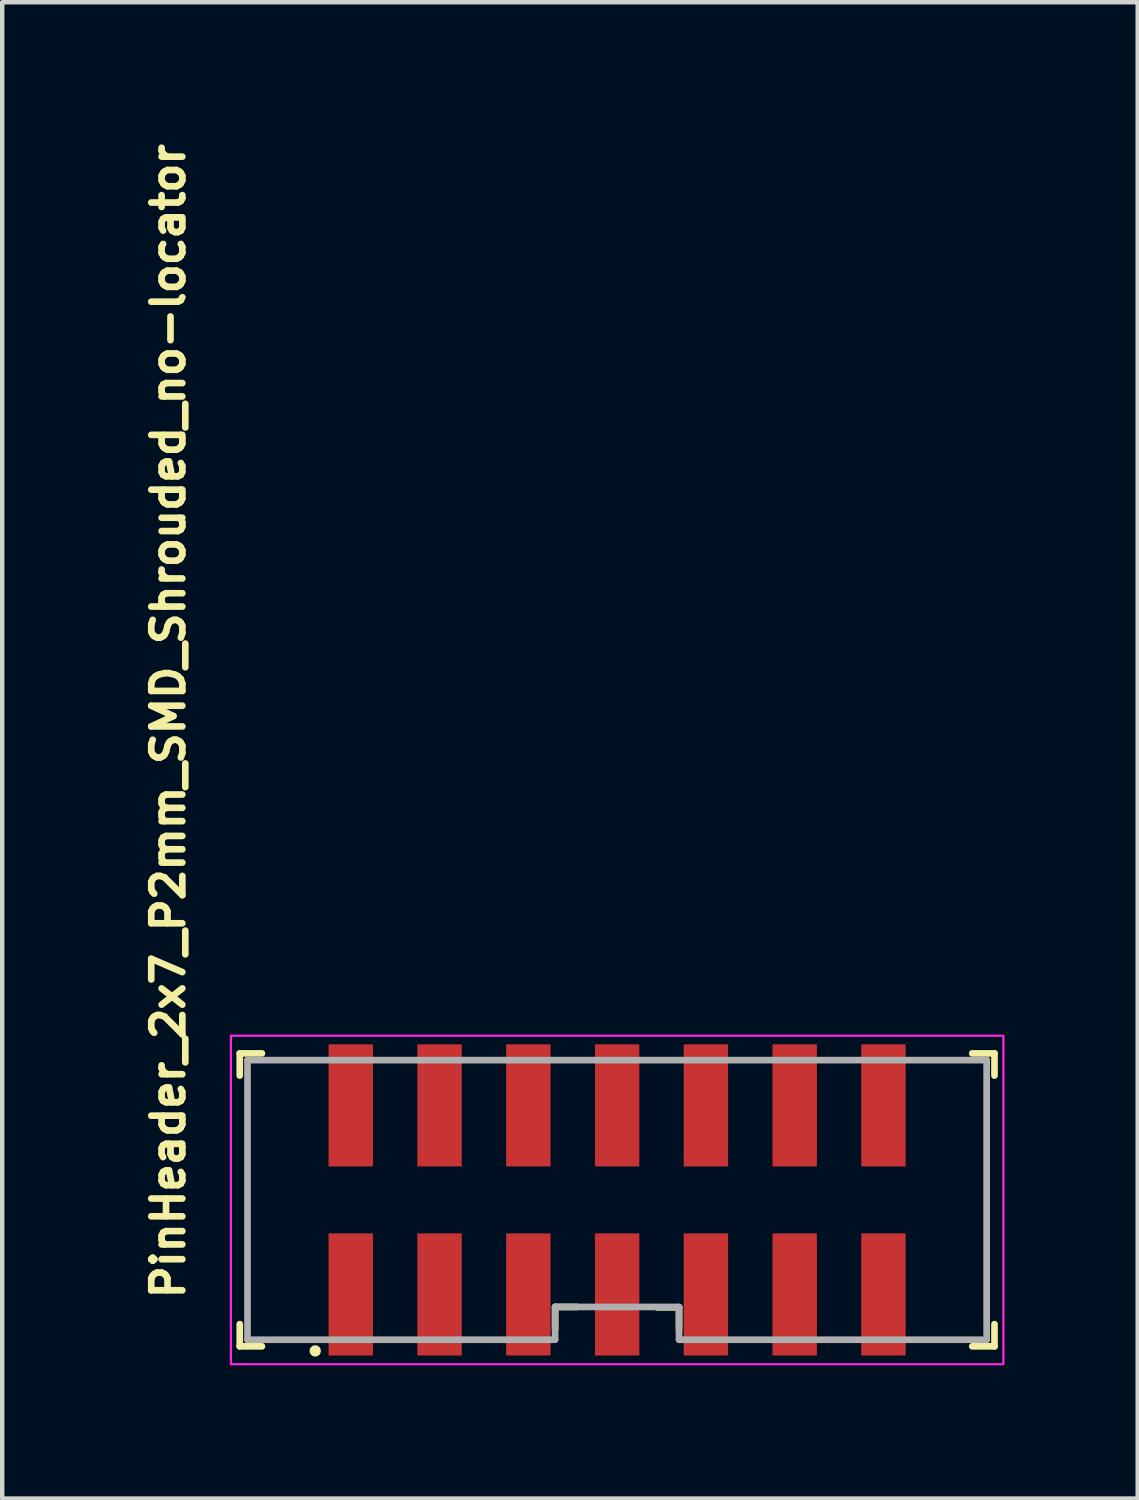
<source format=kicad_pcb>
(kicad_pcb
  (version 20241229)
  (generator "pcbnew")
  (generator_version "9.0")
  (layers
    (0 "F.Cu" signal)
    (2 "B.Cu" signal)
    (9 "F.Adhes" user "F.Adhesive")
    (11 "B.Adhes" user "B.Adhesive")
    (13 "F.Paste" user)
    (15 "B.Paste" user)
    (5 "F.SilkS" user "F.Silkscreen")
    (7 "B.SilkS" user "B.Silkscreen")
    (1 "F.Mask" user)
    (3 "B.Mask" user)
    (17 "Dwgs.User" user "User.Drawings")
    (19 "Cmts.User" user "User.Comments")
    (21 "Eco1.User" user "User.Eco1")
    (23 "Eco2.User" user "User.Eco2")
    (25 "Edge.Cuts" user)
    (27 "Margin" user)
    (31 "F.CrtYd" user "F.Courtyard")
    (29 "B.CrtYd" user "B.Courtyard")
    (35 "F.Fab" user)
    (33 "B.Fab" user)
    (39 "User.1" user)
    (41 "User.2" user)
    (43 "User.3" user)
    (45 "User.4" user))
  (footprint "PinHeader_2x7_P2mm_SMD_Shrouded_no-locator"
    (layer "F.Cu")
    (at 10.85 23.977)
    (property "Reference" "PinHeader_2x7_P2mm_SMD_Shrouded_no-locator" (at -9.7 2.3 90) (layer "F.SilkS") (effects (font (size 0.7 0.7) (thickness 0.15)) (justify left bottom)))
    (attr exclude_from_pos_files exclude_from_bom)
    (fp_line (start -8.5 -3.301) (end -8.5 -2.801) (stroke (width 0.15) (type solid)) (layer "F.SilkS"))
    (fp_line (start -8.5 -3.301) (end -8 -3.301) (stroke (width 0.15) (type solid)) (layer "F.SilkS"))
    (fp_line (start -8.5 3.297) (end -8.5 2.797) (stroke (width 0.15) (type solid)) (layer "F.SilkS"))
    (fp_line (start -8.5 3.297) (end -8 3.297) (stroke (width 0.15) (type solid)) (layer "F.SilkS"))
    (fp_line (start -1.397 2.41) (end -1.397 2.91) (stroke (width 0.15) (type solid)) (layer "F.SilkS"))
    (fp_line (start -1.397 2.41) (end -0.9 2.41) (stroke (width 0.15) (type solid)) (layer "F.SilkS"))
    (fp_line (start 1.394 2.418) (end 0.897 2.418) (stroke (width 0.15) (type solid)) (layer "F.SilkS"))
    (fp_line (start 1.394 2.418) (end 1.394 2.918) (stroke (width 0.15) (type solid)) (layer "F.SilkS"))
    (fp_line (start 8.499 -3.301) (end 7.998 -3.301) (stroke (width 0.15) (type solid)) (layer "F.SilkS"))
    (fp_line (start 8.499 -3.301) (end 8.499 -2.801) (stroke (width 0.15) (type solid)) (layer "F.SilkS"))
    (fp_line (start 8.499 3.297) (end 7.998 3.297) (stroke (width 0.15) (type solid)) (layer "F.SilkS"))
    (fp_line (start 8.499 3.297) (end 8.499 2.797) (stroke (width 0.15) (type solid)) (layer "F.SilkS"))
    (fp_circle (center -6.8 3.4) (end -6.748 3.4) (stroke (width 0.15) (type solid)) (fill yes) (layer "F.SilkS"))
    (fp_rect (start -8.7 -3.7) (end 8.7 3.7) (stroke (width 0.05) (type solid)) (fill no) (layer "F.CrtYd"))
    (fp_line (start -8.325 -3.15) (end 8.323 -3.15) (stroke (width 0.15) (type solid)) (layer "F.Fab"))
    (fp_line (start -8.325 3.148) (end -8.325 -3.15) (stroke (width 0.15) (type solid)) (layer "F.Fab"))
    (fp_line (start -8.325 3.148) (end -1.397 3.148) (stroke (width 0.15) (type solid)) (layer "F.Fab"))
    (fp_line (start -1.397 2.41) (end -1.397 3.14) (stroke (width 0.15) (type solid)) (layer "F.Fab"))
    (fp_line (start -1.397 2.41) (end 1.394 2.41) (stroke (width 0.15) (type solid)) (layer "F.Fab"))
    (fp_line (start 1.394 2.41) (end 1.394 3.14) (stroke (width 0.15) (type solid)) (layer "F.Fab"))
    (fp_line (start 1.394 3.148) (end 8.323 3.148) (stroke (width 0.15) (type solid)) (layer "F.Fab"))
    (fp_line (start 8.323 3.148) (end 8.323 -3.15) (stroke (width 0.15) (type solid)) (layer "F.Fab"))
    (fp_rect (start -8.325 -3.15) (end 8.323 3.148) (stroke (width 0.1) (type solid)) (fill no) (layer "User.5"))
    (fp_line (start -8.325 -3.15) (end -8.325 -0.75) (stroke (width 0.02) (type solid)) (layer "User.9"))
    (fp_line (start -8.325 -0.75) (end -8.026 -0.75) (stroke (width 0.02) (type solid)) (layer "User.9"))
    (fp_line (start -8.325 -0.15) (end -8.325 -0.75) (stroke (width 0.02) (type solid)) (layer "User.9"))
    (fp_line (start -8.325 -0.15) (end -7.425 -0.15) (stroke (width 0.02) (type solid)) (layer "User.9"))
    (fp_line (start -8.325 1.148) (end -8.325 -0.15) (stroke (width 0.02) (type solid)) (layer "User.9"))
    (fp_line (start -8.325 1.749) (end -8.325 1.148) (stroke (width 0.02) (type solid)) (layer "User.9"))
    (fp_line (start -8.325 1.749) (end -8.325 3.148) (stroke (width 0.02) (type solid)) (layer "User.9"))
    (fp_line (start -8.026 -2.851) (end 8.025 -2.851) (stroke (width 0.02) (type solid)) (layer "User.9"))
    (fp_line (start -8.026 -0.75) (end -8.026 -2.851) (stroke (width 0.02) (type solid)) (layer "User.9"))
    (fp_line (start -8.026 1.749) (end -8.325 1.749) (stroke (width 0.02) (type solid)) (layer "User.9"))
    (fp_line (start -8.026 2.85) (end -8.026 1.749) (stroke (width 0.02) (type solid)) (layer "User.9"))
    (fp_line (start -7.425 -2.25) (end -8.026 -2.851) (stroke (width 0.02) (type solid)) (layer "User.9"))
    (fp_line (start -7.425 -2.25) (end -7.026 -2.25) (stroke (width 0.02) (type solid)) (layer "User.9"))
    (fp_line (start -7.425 -0.15) (end -8.026 -0.75) (stroke (width 0.02) (type solid)) (layer "User.9"))
    (fp_line (start -7.425 -0.15) (end -7.425 -2.25) (stroke (width 0.02) (type solid)) (layer "User.9"))
    (fp_line (start -7.425 1.148) (end -8.325 1.148) (stroke (width 0.02) (type solid)) (layer "User.9"))
    (fp_line (start -7.425 1.148) (end -8.026 1.749) (stroke (width 0.02) (type solid)) (layer "User.9"))
    (fp_line (start -7.425 2.249) (end -8.026 2.85) (stroke (width 0.02) (type solid)) (layer "User.9"))
    (fp_line (start -7.425 2.249) (end -7.425 1.148) (stroke (width 0.02) (type solid)) (layer "User.9"))
    (fp_line (start -7.026 -2.5) (end -6.396 -2.5) (stroke (width 0.02) (type solid)) (layer "User.9"))
    (fp_line (start -7.026 -2.25) (end -7.026 -2.5) (stroke (width 0.02) (type solid)) (layer "User.9"))
    (fp_line (start -7.026 2.249) (end -7.425 2.249) (stroke (width 0.02) (type solid)) (layer "User.9"))
    (fp_line (start -7.026 2.249) (end -7.026 2.499) (stroke (width 0.02) (type solid)) (layer "User.9"))
    (fp_line (start -7.026 2.499) (end -1.339 2.499) (stroke (width 0.02) (type solid)) (layer "User.9"))
    (fp_line (start -6.396 -2.5) (end -6.396 -2.25) (stroke (width 0.02) (type solid)) (layer "User.9"))
    (fp_line (start -6.396 -2.25) (end -5.595 -2.25) (stroke (width 0.02) (type solid)) (layer "User.9"))
    (fp_line (start -6.327 3.048) (end -5.327 3.048) (stroke (width 0.02) (type solid)) (layer "User.9"))
    (fp_line (start -6.327 3.148) (end -8.325 3.148) (stroke (width 0.02) (type solid)) (layer "User.9"))
    (fp_line (start -6.327 3.148) (end -6.327 3.048) (stroke (width 0.02) (type solid)) (layer "User.9"))
    (fp_line (start -6.327 3.148) (end -5.827 3.148) (stroke (width 0.02) (type solid)) (layer "User.9"))
    (fp_line (start -6.25 -0.75) (end -6.25 -1.25) (stroke (width 0.02) (type solid)) (layer "User.9"))
    (fp_line (start -6.25 1.249) (end -6.25 0.748) (stroke (width 0.02) (type solid)) (layer "User.9"))
    (fp_line (start -6.101 -1.101) (end -6.25 -1.25) (stroke (width 0.02) (type solid)) (layer "User.9"))
    (fp_line (start -6.101 -0.902) (end -6.25 -0.75) (stroke (width 0.02) (type solid)) (layer "User.9"))
    (fp_line (start -6.101 -0.902) (end -6.101 -1.101) (stroke (width 0.02) (type solid)) (layer "User.9"))
    (fp_line (start -6.101 0.9) (end -6.25 0.748) (stroke (width 0.02) (type solid)) (layer "User.9"))
    (fp_line (start -6.101 1.1) (end -6.25 1.249) (stroke (width 0.02) (type solid)) (layer "User.9"))
    (fp_line (start -6.101 1.1) (end -6.101 0.9) (stroke (width 0.02) (type solid)) (layer "User.9"))
    (fp_line (start -5.901 -1.101) (end -6.101 -1.101) (stroke (width 0.02) (type solid)) (layer "User.9"))
    (fp_line (start -5.901 -1.101) (end -5.901 -0.902) (stroke (width 0.02) (type solid)) (layer "User.9"))
    (fp_line (start -5.901 -1.101) (end -5.75 -1.25) (stroke (width 0.02) (type solid)) (layer "User.9"))
    (fp_line (start -5.901 -0.902) (end -6.101 -0.902) (stroke (width 0.02) (type solid)) (layer "User.9"))
    (fp_line (start -5.901 0.9) (end -6.101 0.9) (stroke (width 0.02) (type solid)) (layer "User.9"))
    (fp_line (start -5.901 0.9) (end -5.901 1.1) (stroke (width 0.02) (type solid)) (layer "User.9"))
    (fp_line (start -5.901 0.9) (end -5.75 0.748) (stroke (width 0.02) (type solid)) (layer "User.9"))
    (fp_line (start -5.901 1.1) (end -6.101 1.1) (stroke (width 0.02) (type solid)) (layer "User.9"))
    (fp_line (start -5.901 1.1) (end -5.75 1.249) (stroke (width 0.02) (type solid)) (layer "User.9"))
    (fp_line (start -5.827 3.148) (end -5.827 3.048) (stroke (width 0.02) (type solid)) (layer "User.9"))
    (fp_line (start -5.827 3.148) (end -5.327 3.148) (stroke (width 0.02) (type solid)) (layer "User.9"))
    (fp_line (start -5.75 -1.25) (end -6.25 -1.25) (stroke (width 0.02) (type solid)) (layer "User.9"))
    (fp_line (start -5.75 -1.25) (end -5.75 -0.75) (stroke (width 0.02) (type solid)) (layer "User.9"))
    (fp_line (start -5.75 -0.75) (end -6.25 -0.75) (stroke (width 0.02) (type solid)) (layer "User.9"))
    (fp_line (start -5.75 -0.75) (end -5.901 -0.902) (stroke (width 0.02) (type solid)) (layer "User.9"))
    (fp_line (start -5.75 0.748) (end -6.25 0.748) (stroke (width 0.02) (type solid)) (layer "User.9"))
    (fp_line (start -5.75 0.748) (end -5.75 1.249) (stroke (width 0.02) (type solid)) (layer "User.9"))
    (fp_line (start -5.75 1.249) (end -6.25 1.249) (stroke (width 0.02) (type solid)) (layer "User.9"))
    (fp_line (start -5.614 2.249) (end -2.388 2.249) (stroke (width 0.02) (type solid)) (layer "User.9"))
    (fp_line (start -5.614 2.499) (end -5.614 2.249) (stroke (width 0.02) (type solid)) (layer "User.9"))
    (fp_line (start -5.595 -2.5) (end -0.402 -2.5) (stroke (width 0.02) (type solid)) (layer "User.9"))
    (fp_line (start -5.595 -2.25) (end -5.595 -2.5) (stroke (width 0.02) (type solid)) (layer "User.9"))
    (fp_line (start -5.327 3.148) (end -5.327 3.048) (stroke (width 0.02) (type solid)) (layer "User.9"))
    (fp_line (start -4.25 -0.75) (end -4.25 -1.25) (stroke (width 0.02) (type solid)) (layer "User.9"))
    (fp_line (start -4.25 1.249) (end -4.25 0.748) (stroke (width 0.02) (type solid)) (layer "User.9"))
    (fp_line (start -4.138 2.499) (end -4.202 2.249) (stroke (width 0.02) (type solid)) (layer "User.9"))
    (fp_line (start -4.1 -1.101) (end -4.25 -1.25) (stroke (width 0.02) (type solid)) (layer "User.9"))
    (fp_line (start -4.1 -0.902) (end -4.25 -0.75) (stroke (width 0.02) (type solid)) (layer "User.9"))
    (fp_line (start -4.1 -0.902) (end -4.1 -1.101) (stroke (width 0.02) (type solid)) (layer "User.9"))
    (fp_line (start -4.1 0.9) (end -4.25 0.748) (stroke (width 0.02) (type solid)) (layer "User.9"))
    (fp_line (start -4.1 1.1) (end -4.25 1.249) (stroke (width 0.02) (type solid)) (layer "User.9"))
    (fp_line (start -4.1 1.1) (end -4.1 0.9) (stroke (width 0.02) (type solid)) (layer "User.9"))
    (fp_line (start -3.9 -1.101) (end -4.1 -1.101) (stroke (width 0.02) (type solid)) (layer "User.9"))
    (fp_line (start -3.9 -1.101) (end -3.9 -0.902) (stroke (width 0.02) (type solid)) (layer "User.9"))
    (fp_line (start -3.9 -1.101) (end -3.75 -1.25) (stroke (width 0.02) (type solid)) (layer "User.9"))
    (fp_line (start -3.9 -0.902) (end -4.1 -0.902) (stroke (width 0.02) (type solid)) (layer "User.9"))
    (fp_line (start -3.9 0.9) (end -4.1 0.9) (stroke (width 0.02) (type solid)) (layer "User.9"))
    (fp_line (start -3.9 0.9) (end -3.9 1.1) (stroke (width 0.02) (type solid)) (layer "User.9"))
    (fp_line (start -3.9 0.9) (end -3.75 0.748) (stroke (width 0.02) (type solid)) (layer "User.9"))
    (fp_line (start -3.9 1.1) (end -4.1 1.1) (stroke (width 0.02) (type solid)) (layer "User.9"))
    (fp_line (start -3.9 1.1) (end -3.75 1.249) (stroke (width 0.02) (type solid)) (layer "User.9"))
    (fp_line (start -3.863 2.499) (end -3.801 2.249) (stroke (width 0.02) (type solid)) (layer "User.9"))
    (fp_line (start -3.75 -1.25) (end -4.25 -1.25) (stroke (width 0.02) (type solid)) (layer "User.9"))
    (fp_line (start -3.75 -1.25) (end -3.75 -0.75) (stroke (width 0.02) (type solid)) (layer "User.9"))
    (fp_line (start -3.75 -0.75) (end -4.25 -0.75) (stroke (width 0.02) (type solid)) (layer "User.9"))
    (fp_line (start -3.75 -0.75) (end -3.9 -0.902) (stroke (width 0.02) (type solid)) (layer "User.9"))
    (fp_line (start -3.75 0.748) (end -4.25 0.748) (stroke (width 0.02) (type solid)) (layer "User.9"))
    (fp_line (start -3.75 0.748) (end -3.75 1.249) (stroke (width 0.02) (type solid)) (layer "User.9"))
    (fp_line (start -3.75 1.249) (end -4.25 1.249) (stroke (width 0.02) (type solid)) (layer "User.9"))
    (fp_line (start -2.388 2.499) (end -2.388 2.249) (stroke (width 0.02) (type solid)) (layer "User.9"))
    (fp_line (start -2.25 -0.75) (end -2.25 -1.25) (stroke (width 0.02) (type solid)) (layer "User.9"))
    (fp_line (start -2.25 1.249) (end -2.25 0.748) (stroke (width 0.02) (type solid)) (layer "User.9"))
    (fp_line (start -2.101 -1.101) (end -2.25 -1.25) (stroke (width 0.02) (type solid)) (layer "User.9"))
    (fp_line (start -2.101 -0.902) (end -2.25 -0.75) (stroke (width 0.02) (type solid)) (layer "User.9"))
    (fp_line (start -2.101 -0.902) (end -2.101 -1.101) (stroke (width 0.02) (type solid)) (layer "User.9"))
    (fp_line (start -2.101 0.9) (end -2.25 0.748) (stroke (width 0.02) (type solid)) (layer "User.9"))
    (fp_line (start -2.101 1.1) (end -2.25 1.249) (stroke (width 0.02) (type solid)) (layer "User.9"))
    (fp_line (start -2.101 1.1) (end -2.101 0.9) (stroke (width 0.02) (type solid)) (layer "User.9"))
    (fp_line (start -2 2.85) (end -8.026 2.85) (stroke (width 0.02) (type solid)) (layer "User.9"))
    (fp_line (start -2 2.85) (end -1.972 2.849) (stroke (width 0.02) (type solid)) (layer "User.9"))
    (fp_line (start -2 3.148) (end -5.327 3.148) (stroke (width 0.02) (type solid)) (layer "User.9"))
    (fp_line (start -1.972 2.849) (end -1.942 2.846) (stroke (width 0.02) (type solid)) (layer "User.9"))
    (fp_line (start -1.942 2.846) (end -1.915 2.845) (stroke (width 0.02) (type solid)) (layer "User.9"))
    (fp_line (start -1.915 2.845) (end -1.887 2.841) (stroke (width 0.02) (type solid)) (layer "User.9"))
    (fp_line (start -1.901 -1.101) (end -2.101 -1.101) (stroke (width 0.02) (type solid)) (layer "User.9"))
    (fp_line (start -1.901 -1.101) (end -1.901 -0.902) (stroke (width 0.02) (type solid)) (layer "User.9"))
    (fp_line (start -1.901 -1.101) (end -1.75 -1.25) (stroke (width 0.02) (type solid)) (layer "User.9"))
    (fp_line (start -1.901 -0.902) (end -2.101 -0.902) (stroke (width 0.02) (type solid)) (layer "User.9"))
    (fp_line (start -1.901 0.9) (end -2.101 0.9) (stroke (width 0.02) (type solid)) (layer "User.9"))
    (fp_line (start -1.901 0.9) (end -1.901 1.1) (stroke (width 0.02) (type solid)) (layer "User.9"))
    (fp_line (start -1.901 0.9) (end -1.75 0.748) (stroke (width 0.02) (type solid)) (layer "User.9"))
    (fp_line (start -1.901 1.1) (end -2.101 1.1) (stroke (width 0.02) (type solid)) (layer "User.9"))
    (fp_line (start -1.901 1.1) (end -1.75 1.249) (stroke (width 0.02) (type solid)) (layer "User.9"))
    (fp_line (start -1.887 2.841) (end -1.861 2.837) (stroke (width 0.02) (type solid)) (layer "User.9"))
    (fp_line (start -1.861 2.837) (end -1.835 2.831) (stroke (width 0.02) (type solid)) (layer "User.9"))
    (fp_line (start -1.835 2.831) (end -1.809 2.826) (stroke (width 0.02) (type solid)) (layer "User.9"))
    (fp_line (start -1.809 2.826) (end -1.784 2.819) (stroke (width 0.02) (type solid)) (layer "User.9"))
    (fp_line (start -1.784 2.819) (end -1.76 2.813) (stroke (width 0.02) (type solid)) (layer "User.9"))
    (fp_line (start -1.76 2.813) (end -1.736 2.805) (stroke (width 0.02) (type solid)) (layer "User.9"))
    (fp_line (start -1.75 -1.25) (end -2.25 -1.25) (stroke (width 0.02) (type solid)) (layer "User.9"))
    (fp_line (start -1.75 -1.25) (end -1.75 -0.75) (stroke (width 0.02) (type solid)) (layer "User.9"))
    (fp_line (start -1.75 -0.75) (end -2.25 -0.75) (stroke (width 0.02) (type solid)) (layer "User.9"))
    (fp_line (start -1.75 -0.75) (end -1.901 -0.902) (stroke (width 0.02) (type solid)) (layer "User.9"))
    (fp_line (start -1.75 0.748) (end -2.25 0.748) (stroke (width 0.02) (type solid)) (layer "User.9"))
    (fp_line (start -1.75 0.748) (end -1.75 1.249) (stroke (width 0.02) (type solid)) (layer "User.9"))
    (fp_line (start -1.75 1.249) (end -2.25 1.249) (stroke (width 0.02) (type solid)) (layer "User.9"))
    (fp_line (start -1.736 2.805) (end -1.714 2.796) (stroke (width 0.02) (type solid)) (layer "User.9"))
    (fp_line (start -1.714 2.796) (end -1.692 2.786) (stroke (width 0.02) (type solid)) (layer "User.9"))
    (fp_line (start -1.692 2.786) (end -1.67 2.777) (stroke (width 0.02) (type solid)) (layer "User.9"))
    (fp_line (start -1.67 2.777) (end -1.649 2.766) (stroke (width 0.02) (type solid)) (layer "User.9"))
    (fp_line (start -1.649 2.766) (end -1.607 2.745) (stroke (width 0.02) (type solid)) (layer "User.9"))
    (fp_line (start -1.607 2.745) (end -1.607 2.745) (stroke (width 0.02) (type solid)) (layer "User.9"))
    (fp_line (start -1.607 2.745) (end -1.587 2.733) (stroke (width 0.02) (type solid)) (layer "User.9"))
    (fp_line (start -1.587 2.733) (end -1.567 2.721) (stroke (width 0.02) (type solid)) (layer "User.9"))
    (fp_line (start -1.567 2.721) (end -1.549 2.709) (stroke (width 0.02) (type solid)) (layer "User.9"))
    (fp_line (start -1.549 2.709) (end -1.53 2.696) (stroke (width 0.02) (type solid)) (layer "User.9"))
    (fp_line (start -1.53 2.696) (end -1.512 2.681) (stroke (width 0.02) (type solid)) (layer "User.9"))
    (fp_line (start -1.512 2.681) (end -1.494 2.668) (stroke (width 0.02) (type solid)) (layer "User.9"))
    (fp_line (start -1.494 2.668) (end -1.476 2.653) (stroke (width 0.02) (type solid)) (layer "User.9"))
    (fp_line (start -1.476 2.653) (end -1.46 2.639) (stroke (width 0.02) (type solid)) (layer "User.9"))
    (fp_line (start -1.46 2.639) (end -1.442 2.623) (stroke (width 0.02) (type solid)) (layer "User.9"))
    (fp_line (start -1.442 2.623) (end -1.426 2.607) (stroke (width 0.02) (type solid)) (layer "User.9"))
    (fp_line (start -1.436 3.148) (end -2 3.148) (stroke (width 0.02) (type solid)) (layer "User.9"))
    (fp_line (start -1.436 3.148) (end -1.436 3.148) (stroke (width 0.02) (type solid)) (layer "User.9"))
    (fp_line (start -1.426 2.607) (end -1.41 2.589) (stroke (width 0.02) (type solid)) (layer "User.9"))
    (fp_line (start -1.41 2.589) (end -1.395 2.572) (stroke (width 0.02) (type solid)) (layer "User.9"))
    (fp_line (start -1.395 2.572) (end -1.381 2.555) (stroke (width 0.02) (type solid)) (layer "User.9"))
    (fp_line (start -1.381 2.555) (end -1.367 2.536) (stroke (width 0.02) (type solid)) (layer "User.9"))
    (fp_line (start -1.367 2.536) (end -1.353 2.519) (stroke (width 0.02) (type solid)) (layer "User.9"))
    (fp_line (start -1.353 2.519) (end -1.339 2.499) (stroke (width 0.02) (type solid)) (layer "User.9"))
    (fp_line (start -1.339 2.499) (end -1.2 2.499) (stroke (width 0.02) (type solid)) (layer "User.9"))
    (fp_line (start -1.323 3.148) (end -1.436 3.148) (stroke (width 0.02) (type solid)) (layer "User.9"))
    (fp_line (start -1.323 3.148) (end -1.323 3.148) (stroke (width 0.02) (type solid)) (layer "User.9"))
    (fp_line (start -1.28 3.148) (end -1.323 3.148) (stroke (width 0.02) (type solid)) (layer "User.9"))
    (fp_line (start -1.28 3.148) (end -1.28 3.148) (stroke (width 0.02) (type solid)) (layer "User.9"))
    (fp_line (start -1.246 3.148) (end -1.28 3.148) (stroke (width 0.02) (type solid)) (layer "User.9"))
    (fp_line (start -1.246 3.148) (end -1.246 3.148) (stroke (width 0.02) (type solid)) (layer "User.9"))
    (fp_line (start -1.222 3.148) (end -1.246 3.148) (stroke (width 0.02) (type solid)) (layer "User.9"))
    (fp_line (start -1.222 3.148) (end -1.222 3.148) (stroke (width 0.02) (type solid)) (layer "User.9"))
    (fp_line (start -1.206 3.148) (end -1.222 3.148) (stroke (width 0.02) (type solid)) (layer "User.9"))
    (fp_line (start -1.206 3.148) (end -1.206 3.148) (stroke (width 0.02) (type solid)) (layer "User.9"))
    (fp_line (start -1.2 3.148) (end -1.206 3.148) (stroke (width 0.02) (type solid)) (layer "User.9"))
    (fp_line (start -1.2 3.148) (end -1.2 2.499) (stroke (width 0.02) (type solid)) (layer "User.9"))
    (fp_line (start -1.2 3.148) (end 1.199 3.148) (stroke (width 0.02) (type solid)) (layer "User.9"))
    (fp_line (start -0.402 -2.5) (end -0.402 -2.25) (stroke (width 0.02) (type solid)) (layer "User.9"))
    (fp_line (start -0.402 -2.25) (end 0.4 -2.25) (stroke (width 0.02) (type solid)) (layer "User.9"))
    (fp_line (start -0.25 -0.75) (end -0.25 -1.25) (stroke (width 0.02) (type solid)) (layer "User.9"))
    (fp_line (start -0.25 1.249) (end -0.25 0.748) (stroke (width 0.02) (type solid)) (layer "User.9"))
    (fp_line (start -0.102 -1.101) (end -0.25 -1.25) (stroke (width 0.02) (type solid)) (layer "User.9"))
    (fp_line (start -0.102 -0.902) (end -0.25 -0.75) (stroke (width 0.02) (type solid)) (layer "User.9"))
    (fp_line (start -0.102 -0.902) (end -0.102 -1.101) (stroke (width 0.02) (type solid)) (layer "User.9"))
    (fp_line (start -0.102 0.9) (end -0.25 0.748) (stroke (width 0.02) (type solid)) (layer "User.9"))
    (fp_line (start -0.102 1.1) (end -0.25 1.249) (stroke (width 0.02) (type solid)) (layer "User.9"))
    (fp_line (start -0.102 1.1) (end -0.102 0.9) (stroke (width 0.02) (type solid)) (layer "User.9"))
    (fp_line (start 0.1 -1.101) (end -0.102 -1.101) (stroke (width 0.02) (type solid)) (layer "User.9"))
    (fp_line (start 0.1 -1.101) (end 0.1 -0.902) (stroke (width 0.02) (type solid)) (layer "User.9"))
    (fp_line (start 0.1 -1.101) (end 0.248 -1.25) (stroke (width 0.02) (type solid)) (layer "User.9"))
    (fp_line (start 0.1 -0.902) (end -0.102 -0.902) (stroke (width 0.02) (type solid)) (layer "User.9"))
    (fp_line (start 0.1 0.9) (end -0.102 0.9) (stroke (width 0.02) (type solid)) (layer "User.9"))
    (fp_line (start 0.1 0.9) (end 0.1 1.1) (stroke (width 0.02) (type solid)) (layer "User.9"))
    (fp_line (start 0.1 0.9) (end 0.248 0.748) (stroke (width 0.02) (type solid)) (layer "User.9"))
    (fp_line (start 0.1 1.1) (end -0.102 1.1) (stroke (width 0.02) (type solid)) (layer "User.9"))
    (fp_line (start 0.1 1.1) (end 0.248 1.249) (stroke (width 0.02) (type solid)) (layer "User.9"))
    (fp_line (start 0.248 -1.25) (end -0.25 -1.25) (stroke (width 0.02) (type solid)) (layer "User.9"))
    (fp_line (start 0.248 -1.25) (end 0.248 -0.75) (stroke (width 0.02) (type solid)) (layer "User.9"))
    (fp_line (start 0.248 -0.75) (end -0.25 -0.75) (stroke (width 0.02) (type solid)) (layer "User.9"))
    (fp_line (start 0.248 -0.75) (end 0.1 -0.902) (stroke (width 0.02) (type solid)) (layer "User.9"))
    (fp_line (start 0.248 0.748) (end -0.25 0.748) (stroke (width 0.02) (type solid)) (layer "User.9"))
    (fp_line (start 0.248 0.748) (end 0.248 1.249) (stroke (width 0.02) (type solid)) (layer "User.9"))
    (fp_line (start 0.248 1.249) (end -0.25 1.249) (stroke (width 0.02) (type solid)) (layer "User.9"))
    (fp_line (start 0.4 -2.5) (end 5.594 -2.5) (stroke (width 0.02) (type solid)) (layer "User.9"))
    (fp_line (start 0.4 -2.25) (end 0.4 -2.5) (stroke (width 0.02) (type solid)) (layer "User.9"))
    (fp_line (start 1.199 2.499) (end 1.199 3.148) (stroke (width 0.02) (type solid)) (layer "User.9"))
    (fp_line (start 1.199 2.499) (end 1.338 2.499) (stroke (width 0.02) (type solid)) (layer "User.9"))
    (fp_line (start 1.205 3.148) (end 1.199 3.148) (stroke (width 0.02) (type solid)) (layer "User.9"))
    (fp_line (start 1.205 3.148) (end 1.205 3.148) (stroke (width 0.02) (type solid)) (layer "User.9"))
    (fp_line (start 1.219 3.148) (end 1.205 3.148) (stroke (width 0.02) (type solid)) (layer "User.9"))
    (fp_line (start 1.219 3.148) (end 1.219 3.148) (stroke (width 0.02) (type solid)) (layer "User.9"))
    (fp_line (start 1.243 3.148) (end 1.219 3.148) (stroke (width 0.02) (type solid)) (layer "User.9"))
    (fp_line (start 1.243 3.148) (end 1.243 3.148) (stroke (width 0.02) (type solid)) (layer "User.9"))
    (fp_line (start 1.279 3.148) (end 1.243 3.148) (stroke (width 0.02) (type solid)) (layer "User.9"))
    (fp_line (start 1.279 3.148) (end 1.279 3.148) (stroke (width 0.02) (type solid)) (layer "User.9"))
    (fp_line (start 1.322 3.148) (end 1.279 3.148) (stroke (width 0.02) (type solid)) (layer "User.9"))
    (fp_line (start 1.322 3.148) (end 1.322 3.148) (stroke (width 0.02) (type solid)) (layer "User.9"))
    (fp_line (start 1.338 2.499) (end 1.35 2.519) (stroke (width 0.02) (type solid)) (layer "User.9"))
    (fp_line (start 1.338 2.499) (end 7.025 2.499) (stroke (width 0.02) (type solid)) (layer "User.9"))
    (fp_line (start 1.35 2.519) (end 1.364 2.536) (stroke (width 0.02) (type solid)) (layer "User.9"))
    (fp_line (start 1.364 2.536) (end 1.38 2.555) (stroke (width 0.02) (type solid)) (layer "User.9"))
    (fp_line (start 1.374 3.148) (end 1.322 3.148) (stroke (width 0.02) (type solid)) (layer "User.9"))
    (fp_line (start 1.374 3.148) (end 1.374 3.148) (stroke (width 0.02) (type solid)) (layer "User.9"))
    (fp_line (start 1.38 2.555) (end 1.394 2.572) (stroke (width 0.02) (type solid)) (layer "User.9"))
    (fp_line (start 1.394 2.572) (end 1.409 2.589) (stroke (width 0.02) (type solid)) (layer "User.9"))
    (fp_line (start 1.409 2.589) (end 1.425 2.607) (stroke (width 0.02) (type solid)) (layer "User.9"))
    (fp_line (start 1.425 2.607) (end 1.441 2.623) (stroke (width 0.02) (type solid)) (layer "User.9"))
    (fp_line (start 1.433 3.148) (end 1.374 3.148) (stroke (width 0.02) (type solid)) (layer "User.9"))
    (fp_line (start 1.433 3.148) (end 1.433 3.148) (stroke (width 0.02) (type solid)) (layer "User.9"))
    (fp_line (start 1.441 2.623) (end 1.457 2.639) (stroke (width 0.02) (type solid)) (layer "User.9"))
    (fp_line (start 1.457 2.639) (end 1.475 2.653) (stroke (width 0.02) (type solid)) (layer "User.9"))
    (fp_line (start 1.475 2.653) (end 1.491 2.668) (stroke (width 0.02) (type solid)) (layer "User.9"))
    (fp_line (start 1.491 2.668) (end 1.509 2.681) (stroke (width 0.02) (type solid)) (layer "User.9"))
    (fp_line (start 1.509 2.681) (end 1.527 2.696) (stroke (width 0.02) (type solid)) (layer "User.9"))
    (fp_line (start 1.527 2.696) (end 1.546 2.709) (stroke (width 0.02) (type solid)) (layer "User.9"))
    (fp_line (start 1.546 2.709) (end 1.566 2.721) (stroke (width 0.02) (type solid)) (layer "User.9"))
    (fp_line (start 1.566 2.721) (end 1.584 2.733) (stroke (width 0.02) (type solid)) (layer "User.9"))
    (fp_line (start 1.584 2.733) (end 1.604 2.745) (stroke (width 0.02) (type solid)) (layer "User.9"))
    (fp_line (start 1.604 2.745) (end 1.604 2.745) (stroke (width 0.02) (type solid)) (layer "User.9"))
    (fp_line (start 1.604 2.745) (end 1.626 2.757) (stroke (width 0.02) (type solid)) (layer "User.9"))
    (fp_line (start 1.626 2.757) (end 1.646 2.766) (stroke (width 0.02) (type solid)) (layer "User.9"))
    (fp_line (start 1.646 2.766) (end 1.667 2.777) (stroke (width 0.02) (type solid)) (layer "User.9"))
    (fp_line (start 1.667 2.777) (end 1.689 2.786) (stroke (width 0.02) (type solid)) (layer "User.9"))
    (fp_line (start 1.689 2.786) (end 1.713 2.796) (stroke (width 0.02) (type solid)) (layer "User.9"))
    (fp_line (start 1.713 2.796) (end 1.735 2.805) (stroke (width 0.02) (type solid)) (layer "User.9"))
    (fp_line (start 1.735 2.805) (end 1.759 2.813) (stroke (width 0.02) (type solid)) (layer "User.9"))
    (fp_line (start 1.749 -0.75) (end 1.749 -1.25) (stroke (width 0.02) (type solid)) (layer "User.9"))
    (fp_line (start 1.749 1.249) (end 1.749 0.748) (stroke (width 0.02) (type solid)) (layer "User.9"))
    (fp_line (start 1.759 2.813) (end 1.783 2.819) (stroke (width 0.02) (type solid)) (layer "User.9"))
    (fp_line (start 1.783 2.819) (end 1.806 2.826) (stroke (width 0.02) (type solid)) (layer "User.9"))
    (fp_line (start 1.806 2.826) (end 1.832 2.831) (stroke (width 0.02) (type solid)) (layer "User.9"))
    (fp_line (start 1.832 2.831) (end 1.858 2.837) (stroke (width 0.02) (type solid)) (layer "User.9"))
    (fp_line (start 1.858 2.837) (end 1.884 2.841) (stroke (width 0.02) (type solid)) (layer "User.9"))
    (fp_line (start 1.884 2.841) (end 1.912 2.845) (stroke (width 0.02) (type solid)) (layer "User.9"))
    (fp_line (start 1.898 -1.101) (end 1.749 -1.25) (stroke (width 0.02) (type solid)) (layer "User.9"))
    (fp_line (start 1.898 -0.902) (end 1.749 -0.75) (stroke (width 0.02) (type solid)) (layer "User.9"))
    (fp_line (start 1.898 -0.902) (end 1.898 -1.101) (stroke (width 0.02) (type solid)) (layer "User.9"))
    (fp_line (start 1.898 0.9) (end 1.749 0.748) (stroke (width 0.02) (type solid)) (layer "User.9"))
    (fp_line (start 1.898 1.1) (end 1.749 1.249) (stroke (width 0.02) (type solid)) (layer "User.9"))
    (fp_line (start 1.898 1.1) (end 1.898 0.9) (stroke (width 0.02) (type solid)) (layer "User.9"))
    (fp_line (start 1.912 2.845) (end 1.941 2.846) (stroke (width 0.02) (type solid)) (layer "User.9"))
    (fp_line (start 1.941 2.846) (end 1.969 2.849) (stroke (width 0.02) (type solid)) (layer "User.9"))
    (fp_line (start 1.969 2.849) (end 1.999 2.85) (stroke (width 0.02) (type solid)) (layer "User.9"))
    (fp_line (start 1.999 3.148) (end 1.433 3.148) (stroke (width 0.02) (type solid)) (layer "User.9"))
    (fp_line (start 2.1 -1.101) (end 1.898 -1.101) (stroke (width 0.02) (type solid)) (layer "User.9"))
    (fp_line (start 2.1 -1.101) (end 2.1 -0.902) (stroke (width 0.02) (type solid)) (layer "User.9"))
    (fp_line (start 2.1 -1.101) (end 2.249 -1.25) (stroke (width 0.02) (type solid)) (layer "User.9"))
    (fp_line (start 2.1 -0.902) (end 1.898 -0.902) (stroke (width 0.02) (type solid)) (layer "User.9"))
    (fp_line (start 2.1 0.9) (end 1.898 0.9) (stroke (width 0.02) (type solid)) (layer "User.9"))
    (fp_line (start 2.1 0.9) (end 2.1 1.1) (stroke (width 0.02) (type solid)) (layer "User.9"))
    (fp_line (start 2.1 0.9) (end 2.249 0.748) (stroke (width 0.02) (type solid)) (layer "User.9"))
    (fp_line (start 2.1 1.1) (end 1.898 1.1) (stroke (width 0.02) (type solid)) (layer "User.9"))
    (fp_line (start 2.1 1.1) (end 2.249 1.249) (stroke (width 0.02) (type solid)) (layer "User.9"))
    (fp_line (start 2.249 -1.25) (end 1.749 -1.25) (stroke (width 0.02) (type solid)) (layer "User.9"))
    (fp_line (start 2.249 -1.25) (end 2.249 -0.75) (stroke (width 0.02) (type solid)) (layer "User.9"))
    (fp_line (start 2.249 -0.75) (end 1.749 -0.75) (stroke (width 0.02) (type solid)) (layer "User.9"))
    (fp_line (start 2.249 -0.75) (end 2.1 -0.902) (stroke (width 0.02) (type solid)) (layer "User.9"))
    (fp_line (start 2.249 0.748) (end 1.749 0.748) (stroke (width 0.02) (type solid)) (layer "User.9"))
    (fp_line (start 2.249 0.748) (end 2.249 1.249) (stroke (width 0.02) (type solid)) (layer "User.9"))
    (fp_line (start 2.249 1.249) (end 1.749 1.249) (stroke (width 0.02) (type solid)) (layer "User.9"))
    (fp_line (start 2.386 2.499) (end 2.386 2.249) (stroke (width 0.02) (type solid)) (layer "User.9"))
    (fp_line (start 3.749 -0.75) (end 3.749 -1.25) (stroke (width 0.02) (type solid)) (layer "User.9"))
    (fp_line (start 3.749 1.249) (end 3.749 0.748) (stroke (width 0.02) (type solid)) (layer "User.9"))
    (fp_line (start 3.862 2.499) (end 3.798 2.249) (stroke (width 0.02) (type solid)) (layer "User.9"))
    (fp_line (start 3.898 -1.101) (end 3.749 -1.25) (stroke (width 0.02) (type solid)) (layer "User.9"))
    (fp_line (start 3.898 -0.902) (end 3.749 -0.75) (stroke (width 0.02) (type solid)) (layer "User.9"))
    (fp_line (start 3.898 -0.902) (end 3.898 -1.101) (stroke (width 0.02) (type solid)) (layer "User.9"))
    (fp_line (start 3.898 0.9) (end 3.749 0.748) (stroke (width 0.02) (type solid)) (layer "User.9"))
    (fp_line (start 3.898 1.1) (end 3.749 1.249) (stroke (width 0.02) (type solid)) (layer "User.9"))
    (fp_line (start 3.898 1.1) (end 3.898 0.9) (stroke (width 0.02) (type solid)) (layer "User.9"))
    (fp_line (start 4.099 -1.101) (end 3.898 -1.101) (stroke (width 0.02) (type solid)) (layer "User.9"))
    (fp_line (start 4.099 -1.101) (end 4.099 -0.902) (stroke (width 0.02) (type solid)) (layer "User.9"))
    (fp_line (start 4.099 -1.101) (end 4.248 -1.25) (stroke (width 0.02) (type solid)) (layer "User.9"))
    (fp_line (start 4.099 -0.902) (end 3.898 -0.902) (stroke (width 0.02) (type solid)) (layer "User.9"))
    (fp_line (start 4.099 0.9) (end 3.898 0.9) (stroke (width 0.02) (type solid)) (layer "User.9"))
    (fp_line (start 4.099 0.9) (end 4.099 1.1) (stroke (width 0.02) (type solid)) (layer "User.9"))
    (fp_line (start 4.099 0.9) (end 4.248 0.748) (stroke (width 0.02) (type solid)) (layer "User.9"))
    (fp_line (start 4.099 1.1) (end 3.898 1.1) (stroke (width 0.02) (type solid)) (layer "User.9"))
    (fp_line (start 4.099 1.1) (end 4.248 1.249) (stroke (width 0.02) (type solid)) (layer "User.9"))
    (fp_line (start 4.137 2.499) (end 4.2 2.249) (stroke (width 0.02) (type solid)) (layer "User.9"))
    (fp_line (start 4.248 -1.25) (end 3.749 -1.25) (stroke (width 0.02) (type solid)) (layer "User.9"))
    (fp_line (start 4.248 -1.25) (end 4.248 -0.75) (stroke (width 0.02) (type solid)) (layer "User.9"))
    (fp_line (start 4.248 -0.75) (end 3.749 -0.75) (stroke (width 0.02) (type solid)) (layer "User.9"))
    (fp_line (start 4.248 -0.75) (end 4.099 -0.902) (stroke (width 0.02) (type solid)) (layer "User.9"))
    (fp_line (start 4.248 0.748) (end 3.749 0.748) (stroke (width 0.02) (type solid)) (layer "User.9"))
    (fp_line (start 4.248 0.748) (end 4.248 1.249) (stroke (width 0.02) (type solid)) (layer "User.9"))
    (fp_line (start 4.248 1.249) (end 3.749 1.249) (stroke (width 0.02) (type solid)) (layer "User.9"))
    (fp_line (start 5.594 -2.5) (end 5.594 -2.25) (stroke (width 0.02) (type solid)) (layer "User.9"))
    (fp_line (start 5.594 -2.25) (end 6.393 -2.25) (stroke (width 0.02) (type solid)) (layer "User.9"))
    (fp_line (start 5.611 2.249) (end 2.386 2.249) (stroke (width 0.02) (type solid)) (layer "User.9"))
    (fp_line (start 5.611 2.499) (end 5.611 2.249) (stroke (width 0.02) (type solid)) (layer "User.9"))
    (fp_line (start 5.749 -0.75) (end 5.749 -1.25) (stroke (width 0.02) (type solid)) (layer "User.9"))
    (fp_line (start 5.749 1.249) (end 5.749 0.748) (stroke (width 0.02) (type solid)) (layer "User.9"))
    (fp_line (start 5.9 -1.101) (end 5.749 -1.25) (stroke (width 0.02) (type solid)) (layer "User.9"))
    (fp_line (start 5.9 -0.902) (end 5.749 -0.75) (stroke (width 0.02) (type solid)) (layer "User.9"))
    (fp_line (start 5.9 -0.902) (end 5.9 -1.101) (stroke (width 0.02) (type solid)) (layer "User.9"))
    (fp_line (start 5.9 0.9) (end 5.749 0.748) (stroke (width 0.02) (type solid)) (layer "User.9"))
    (fp_line (start 5.9 1.1) (end 5.749 1.249) (stroke (width 0.02) (type solid)) (layer "User.9"))
    (fp_line (start 5.9 1.1) (end 5.9 0.9) (stroke (width 0.02) (type solid)) (layer "User.9"))
    (fp_line (start 6.099 -1.101) (end 5.9 -1.101) (stroke (width 0.02) (type solid)) (layer "User.9"))
    (fp_line (start 6.099 -1.101) (end 6.099 -0.902) (stroke (width 0.02) (type solid)) (layer "User.9"))
    (fp_line (start 6.099 -1.101) (end 6.249 -1.25) (stroke (width 0.02) (type solid)) (layer "User.9"))
    (fp_line (start 6.099 -0.902) (end 5.9 -0.902) (stroke (width 0.02) (type solid)) (layer "User.9"))
    (fp_line (start 6.099 0.9) (end 5.9 0.9) (stroke (width 0.02) (type solid)) (layer "User.9"))
    (fp_line (start 6.099 0.9) (end 6.099 1.1) (stroke (width 0.02) (type solid)) (layer "User.9"))
    (fp_line (start 6.099 0.9) (end 6.249 0.748) (stroke (width 0.02) (type solid)) (layer "User.9"))
    (fp_line (start 6.099 1.1) (end 5.9 1.1) (stroke (width 0.02) (type solid)) (layer "User.9"))
    (fp_line (start 6.099 1.1) (end 6.249 1.249) (stroke (width 0.02) (type solid)) (layer "User.9"))
    (fp_line (start 6.249 -1.25) (end 5.749 -1.25) (stroke (width 0.02) (type solid)) (layer "User.9"))
    (fp_line (start 6.249 -1.25) (end 6.249 -0.75) (stroke (width 0.02) (type solid)) (layer "User.9"))
    (fp_line (start 6.249 -0.75) (end 5.749 -0.75) (stroke (width 0.02) (type solid)) (layer "User.9"))
    (fp_line (start 6.249 -0.75) (end 6.099 -0.902) (stroke (width 0.02) (type solid)) (layer "User.9"))
    (fp_line (start 6.249 0.748) (end 5.749 0.748) (stroke (width 0.02) (type solid)) (layer "User.9"))
    (fp_line (start 6.249 0.748) (end 6.249 1.249) (stroke (width 0.02) (type solid)) (layer "User.9"))
    (fp_line (start 6.249 1.249) (end 5.749 1.249) (stroke (width 0.02) (type solid)) (layer "User.9"))
    (fp_line (start 6.393 -2.5) (end 7.025 -2.5) (stroke (width 0.02) (type solid)) (layer "User.9"))
    (fp_line (start 6.393 -2.25) (end 6.393 -2.5) (stroke (width 0.02) (type solid)) (layer "User.9"))
    (fp_line (start 7.025 -2.25) (end 7.025 -2.5) (stroke (width 0.02) (type solid)) (layer "User.9"))
    (fp_line (start 7.025 -2.25) (end 7.424 -2.25) (stroke (width 0.02) (type solid)) (layer "User.9"))
    (fp_line (start 7.025 2.249) (end 7.025 2.499) (stroke (width 0.02) (type solid)) (layer "User.9"))
    (fp_line (start 7.424 -2.25) (end 7.424 -1.151) (stroke (width 0.02) (type solid)) (layer "User.9"))
    (fp_line (start 7.424 -2.25) (end 8.025 -2.851) (stroke (width 0.02) (type solid)) (layer "User.9"))
    (fp_line (start 7.424 -1.151) (end 8.025 -1.75) (stroke (width 0.02) (type solid)) (layer "User.9"))
    (fp_line (start 7.424 -1.151) (end 8.323 -1.151) (stroke (width 0.02) (type solid)) (layer "User.9"))
    (fp_line (start 7.424 0.148) (end 7.424 2.249) (stroke (width 0.02) (type solid)) (layer "User.9"))
    (fp_line (start 7.424 0.148) (end 8.025 0.748) (stroke (width 0.02) (type solid)) (layer "User.9"))
    (fp_line (start 7.424 2.249) (end 7.025 2.249) (stroke (width 0.02) (type solid)) (layer "User.9"))
    (fp_line (start 7.424 2.249) (end 8.025 2.85) (stroke (width 0.02) (type solid)) (layer "User.9"))
    (fp_line (start 8.025 -2.851) (end 8.025 -1.75) (stroke (width 0.02) (type solid)) (layer "User.9"))
    (fp_line (start 8.025 -1.75) (end 8.323 -1.75) (stroke (width 0.02) (type solid)) (layer "User.9"))
    (fp_line (start 8.025 0.748) (end 8.025 2.85) (stroke (width 0.02) (type solid)) (layer "User.9"))
    (fp_line (start 8.025 2.85) (end 1.999 2.85) (stroke (width 0.02) (type solid)) (layer "User.9"))
    (fp_line (start 8.323 -3.15) (end -8.325 -3.15) (stroke (width 0.02) (type solid)) (layer "User.9"))
    (fp_line (start 8.323 -3.15) (end 8.323 -1.75) (stroke (width 0.02) (type solid)) (layer "User.9"))
    (fp_line (start 8.323 -1.75) (end 8.323 -1.151) (stroke (width 0.02) (type solid)) (layer "User.9"))
    (fp_line (start 8.323 0.148) (end 7.424 0.148) (stroke (width 0.02) (type solid)) (layer "User.9"))
    (fp_line (start 8.323 0.148) (end 8.323 -1.151) (stroke (width 0.02) (type solid)) (layer "User.9"))
    (fp_line (start 8.323 0.148) (end 8.323 0.748) (stroke (width 0.02) (type solid)) (layer "User.9"))
    (fp_line (start 8.323 0.748) (end 8.025 0.748) (stroke (width 0.02) (type solid)) (layer "User.9"))
    (fp_line (start 8.323 0.748) (end 8.323 3.148) (stroke (width 0.02) (type solid)) (layer "User.9"))
    (fp_line (start 8.323 3.148) (end 1.999 3.148) (stroke (width 0.02) (type solid)) (layer "User.9"))
    (pad "1" smd rect (at -6 2.128) (size 1 2.75) (layers "F.Cu" "F.Mask" "F.Paste"))
    (pad "2" smd rect (at -6 -2.13) (size 1 2.75) (layers "F.Cu" "F.Mask" "F.Paste"))
    (pad "3" smd rect (at -4 2.128) (size 1 2.75) (layers "F.Cu" "F.Mask" "F.Paste"))
    (pad "4" smd rect (at -4 -2.13) (size 1 2.75) (layers "F.Cu" "F.Mask" "F.Paste"))
    (pad "5" smd rect (at -2 2.128) (size 1 2.75) (layers "F.Cu" "F.Mask" "F.Paste"))
    (pad "6" smd rect (at -2 -2.13) (size 1 2.75) (layers "F.Cu" "F.Mask" "F.Paste"))
    (pad "7" smd rect (at 0 2.128) (size 1 2.75) (layers "F.Cu" "F.Mask" "F.Paste"))
    (pad "8" smd rect (at 0 -2.13) (size 1 2.75) (layers "F.Cu" "F.Mask" "F.Paste"))
    (pad "9" smd rect (at 1.999 2.128) (size 1 2.75) (layers "F.Cu" "F.Mask" "F.Paste"))
    (pad "10" smd rect (at 1.999 -2.13) (size 1 2.75) (layers "F.Cu" "F.Mask" "F.Paste"))
    (pad "11" smd rect (at 3.999 2.128) (size 1 2.75) (layers "F.Cu" "F.Mask" "F.Paste"))
    (pad "12" smd rect (at 3.999 -2.13) (size 1 2.75) (layers "F.Cu" "F.Mask" "F.Paste"))
    (pad "13" smd rect (at 5.998 2.128) (size 1 2.75) (layers "F.Cu" "F.Mask" "F.Paste"))
    (pad "14" smd rect (at 5.998 -2.13) (size 1 2.75) (layers "F.Cu" "F.Mask" "F.Paste")))
  (gr_rect
    (start -3 -3)
    (end 22.575 30.702)
    (stroke (width 0.1) (type default))
    (fill no)
    (layer "Edge.Cuts")))
</source>
